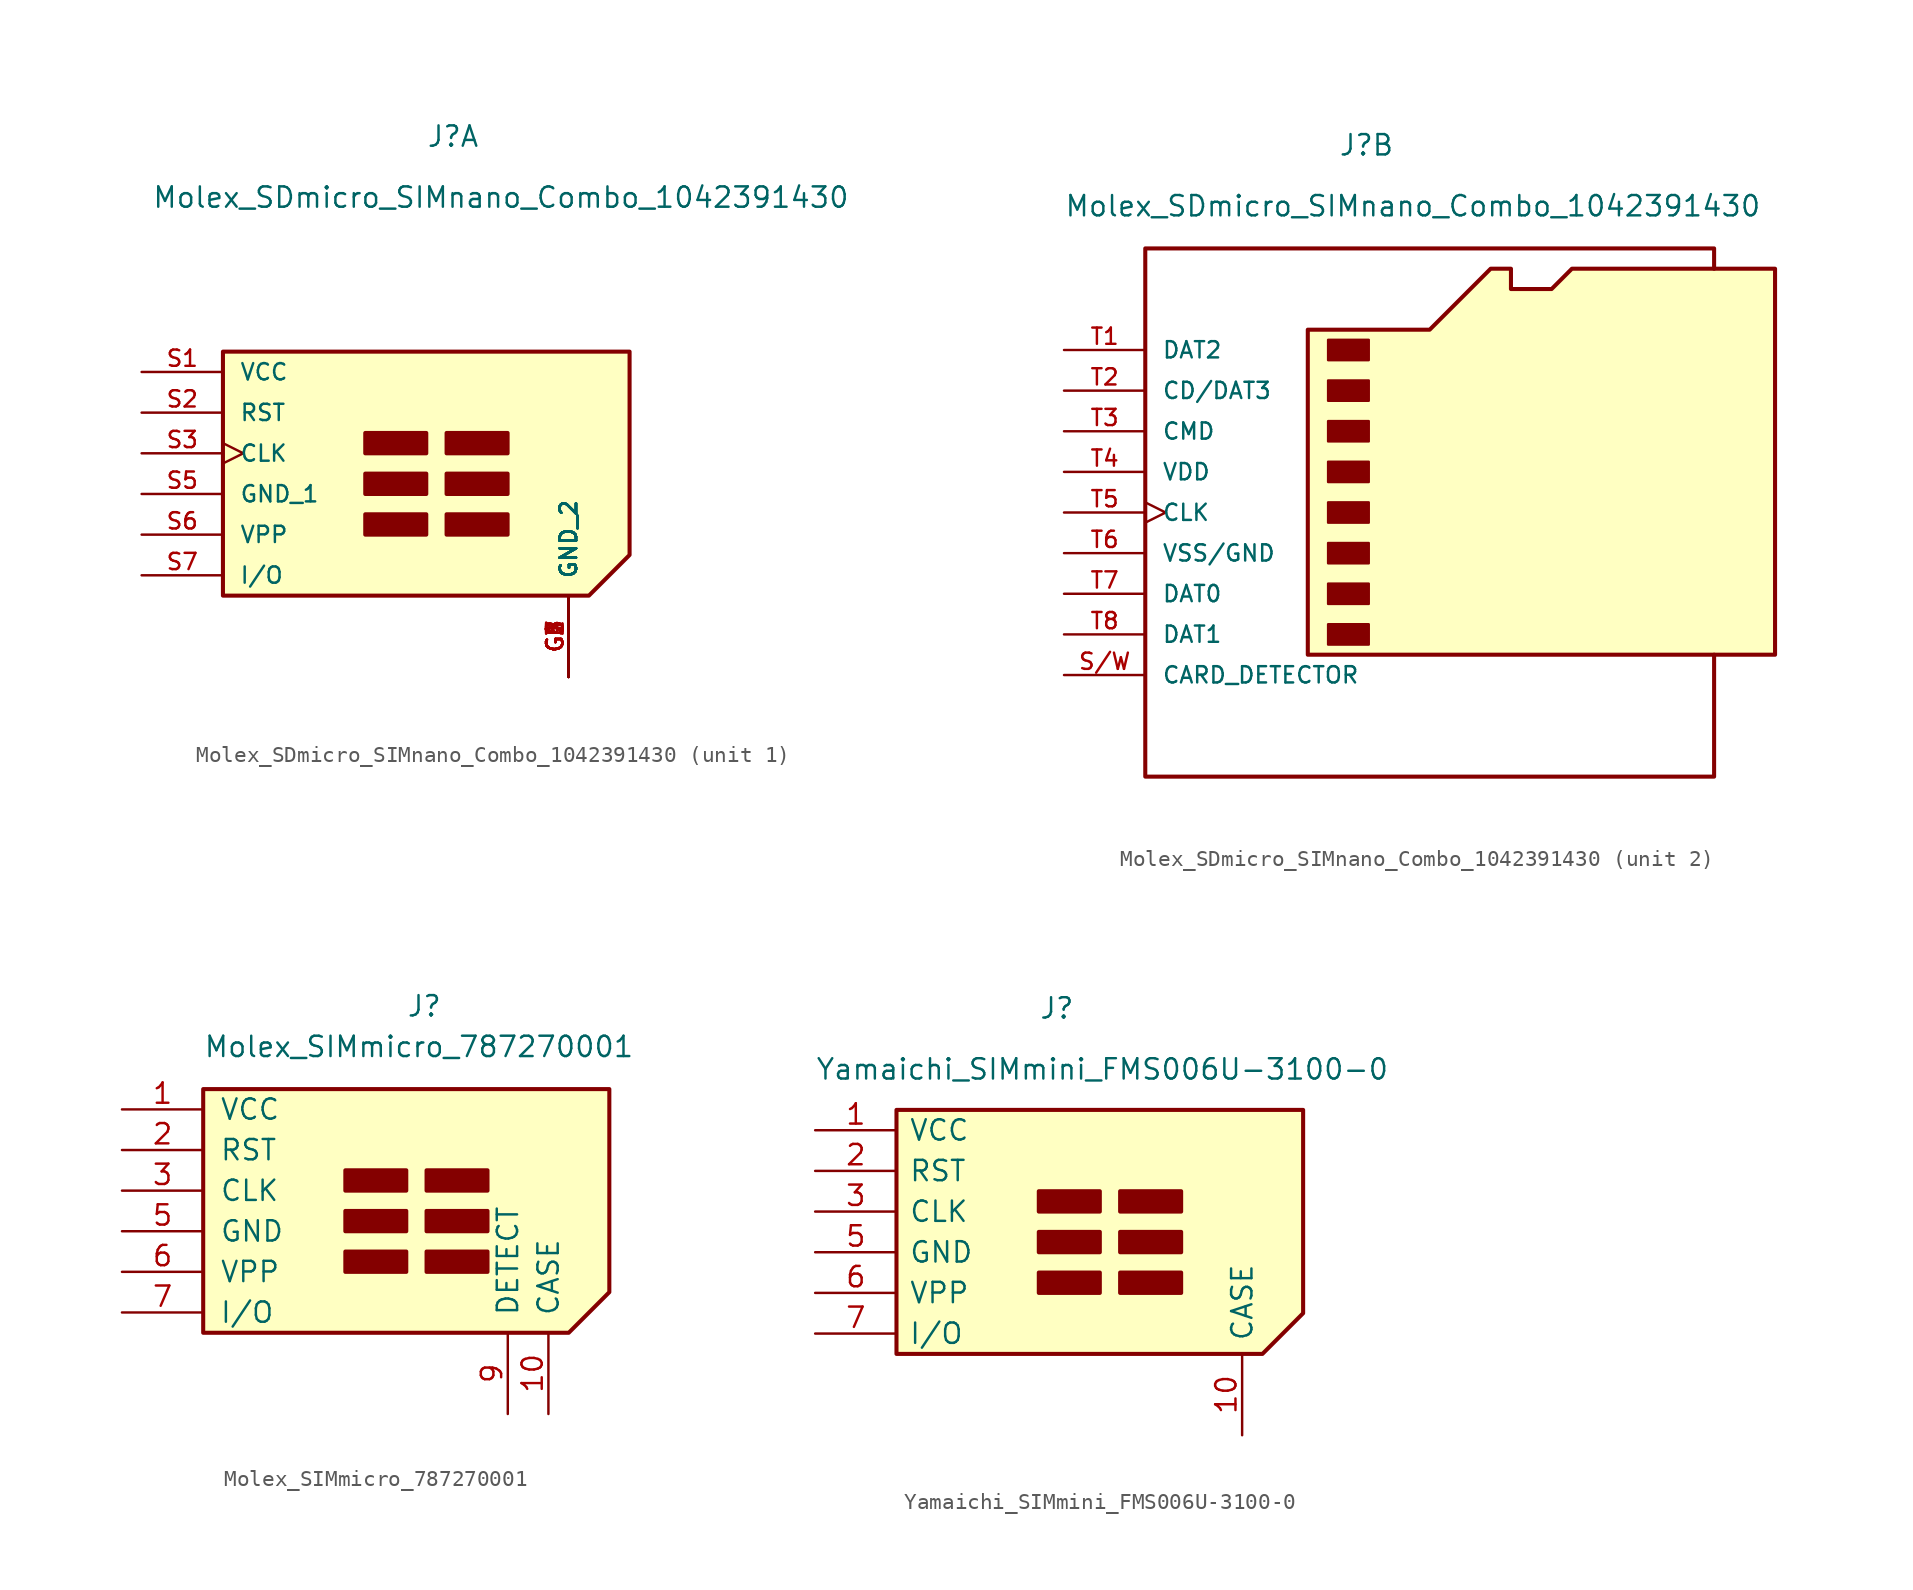
<source format=kicad_sym>
(kicad_symbol_lib
  (version 20211014)
  (generator kicad_symbol_editor)
  (symbol "Molex_SDmicro_SIMnano_Combo_1042391430"
    (pin_names
      (offset 1.016))
    (property "Reference" "J"
      (at -0.635 20.955 0)
      (effects (font (size 1.27 1.27)) (justify left bottom)))
    (property "Value" "Molex_SDmicro_SIMnano_Combo_1042391430"
      (at -17.78 17.145 0)
      (effects (font (size 1.27 1.27)) (justify left bottom)))
    (property "ki_locked" ""
      (at 0 0 0)
      (effects (font (size 1.27 1.27))))
    (symbol "Molex_SDmicro_SIMnano_Combo_1042391430_1_0"
      (pin power_in line (at 8.255 -12.065 90) (length 5.08) (name "GND_2" (effects (font (size 1.016 1.016)))) (number "G1" (effects (font (size 1.016 1.016)))))
      (pin power_in line (at 8.255 -12.065 90) (length 5.08) (name "GND_2" (effects (font (size 1.016 1.016)))) (number "G2" (effects (font (size 1.016 1.016)))))
      (pin power_in line (at 8.255 -12.065 90) (length 5.08) (name "GND_2" (effects (font (size 1.016 1.016)))) (number "G3" (effects (font (size 1.016 1.016)))))
      (pin power_in line (at 8.255 -12.065 90) (length 5.08) (name "GND_2" (effects (font (size 1.016 1.016)))) (number "G4" (effects (font (size 1.016 1.016)))))
      (pin power_in line (at 8.255 -12.065 90) (length 5.08) (name "GND_2" (effects (font (size 1.016 1.016)))) (number "G5" (effects (font (size 1.016 1.016)))))
      (pin power_in line (at 8.255 -12.065 90) (length 5.08) (name "GND_2" (effects (font (size 1.016 1.016)))) (number "G6" (effects (font (size 1.016 1.016)))))
      (pin power_in line (at 8.255 -12.065 90) (length 5.08) (name "GND_2" (effects (font (size 1.016 1.016)))) (number "G7" (effects (font (size 1.016 1.016)))))
      (pin power_in line (at 8.255 -12.065 90) (length 5.08) (name "GND_2" (effects (font (size 1.016 1.016)))) (number "G8" (effects (font (size 1.016 1.016)))))
      (pin power_in line (at -18.415 6.985 0) (length 5.08) (name "VCC" (effects (font (size 1.016 1.016)))) (number "S1" (effects (font (size 1.016 1.016)))))
      (pin input line (at -18.415 4.445 0) (length 5.08) (name "RST" (effects (font (size 1.016 1.016)))) (number "S2" (effects (font (size 1.016 1.016)))))
      (pin input clock (at -18.415 1.905 0) (length 5.08) (name "CLK" (effects (font (size 1.016 1.016)))) (number "S3" (effects (font (size 1.016 1.016)))))
      (pin power_in line (at -18.415 -0.635 0) (length 5.08) (name "GND_1" (effects (font (size 1.016 1.016)))) (number "S5" (effects (font (size 1.016 1.016)))))
      (pin bidirectional line (at -18.415 -3.175 0) (length 5.08) (name "VPP" (effects (font (size 1.016 1.016)))) (number "S6" (effects (font (size 1.016 1.016)))))
      (pin bidirectional line (at -18.415 -5.715 0) (length 5.08) (name "I/O" (effects (font (size 1.016 1.016)))) (number "S7" (effects (font (size 1.016 1.016))))))
    (symbol "Molex_SDmicro_SIMnano_Combo_1042391430_1_1"
      (rectangle (start -4.445 -3.175) (end -0.635 -1.905) (stroke (width 0.254) (type default) (color 0 0 0 0)) (fill (type outline)))
      (rectangle (start -4.445 -0.635) (end -0.635 0.635) (stroke (width 0.254) (type default) (color 0 0 0 0)) (fill (type outline)))
      (rectangle (start -4.445 1.905) (end -0.635 3.175) (stroke (width 0.254) (type default) (color 0 0 0 0)) (fill (type outline)))
      (polyline (pts (xy -13.335 8.255) (xy 12.065 8.255) (xy 12.065 -4.445) (xy 9.525 -6.985) (xy -13.335 -6.985) (xy -13.335 8.255)) (stroke (width 0.254) (type default) (color 0 0 0 0)) (fill (type background)))
      (rectangle (start 0.635 -1.905) (end 4.445 -3.175) (stroke (width 0.254) (type default) (color 0 0 0 0)) (fill (type outline)))
      (rectangle (start 0.635 -0.635) (end 4.445 0.635) (stroke (width 0.254) (type default) (color 0 0 0 0)) (fill (type outline)))
      (rectangle (start 0.635 1.905) (end 4.445 3.175) (stroke (width 0.254) (type default) (color 0 0 0 0)) (fill (type outline))))
    (symbol "Molex_SDmicro_SIMnano_Combo_1042391430_2_0"
      (pin passive line (at -17.78 -11.43 0) (length 5.08) (name "CARD_DETECTOR" (effects (font (size 1.016 1.016)))) (number "S/W" (effects (font (size 1.016 1.016)))))
      (pin bidirectional line (at -17.78 8.89 0) (length 5.08) (name "DAT2" (effects (font (size 1.016 1.016)))) (number "T1" (effects (font (size 1.016 1.016)))))
      (pin bidirectional line (at -17.78 6.35 0) (length 5.08) (name "CD/DAT3" (effects (font (size 1.016 1.016)))) (number "T2" (effects (font (size 1.016 1.016)))))
      (pin bidirectional line (at -17.78 3.81 0) (length 5.08) (name "CMD" (effects (font (size 1.016 1.016)))) (number "T3" (effects (font (size 1.016 1.016)))))
      (pin power_in line (at -17.78 1.27 0) (length 5.08) (name "VDD" (effects (font (size 1.016 1.016)))) (number "T4" (effects (font (size 1.016 1.016)))))
      (pin input clock (at -17.78 -1.27 0) (length 5.08) (name "CLK" (effects (font (size 1.016 1.016)))) (number "T5" (effects (font (size 1.016 1.016)))))
      (pin power_in line (at -17.78 -3.81 0) (length 5.08) (name "VSS/GND" (effects (font (size 1.016 1.016)))) (number "T6" (effects (font (size 1.016 1.016)))))
      (pin bidirectional line (at -17.78 -6.35 0) (length 5.08) (name "DAT0" (effects (font (size 1.016 1.016)))) (number "T7" (effects (font (size 1.016 1.016)))))
      (pin bidirectional line (at -17.78 -8.89 0) (length 5.08) (name "DAT1" (effects (font (size 1.016 1.016)))) (number "T8" (effects (font (size 1.016 1.016))))))
    (symbol "Molex_SDmicro_SIMnano_Combo_1042391430_2_1"
      (rectangle (start -1.27 -8.255) (end 1.27 -9.525) (stroke (width 0) (type default) (color 0 0 0 0)) (fill (type outline)))
      (rectangle (start -1.27 -5.715) (end 1.27 -6.985) (stroke (width 0) (type default) (color 0 0 0 0)) (fill (type outline)))
      (rectangle (start -1.27 -3.175) (end 1.27 -4.445) (stroke (width 0) (type default) (color 0 0 0 0)) (fill (type outline)))
      (rectangle (start -1.27 -0.635) (end 1.27 -1.905) (stroke (width 0) (type default) (color 0 0 0 0)) (fill (type outline)))
      (rectangle (start -1.27 1.905) (end 1.27 0.635) (stroke (width 0) (type default) (color 0 0 0 0)) (fill (type outline)))
      (rectangle (start -1.27 4.445) (end 1.27 3.175) (stroke (width 0) (type default) (color 0 0 0 0)) (fill (type outline)))
      (rectangle (start -1.27 6.985) (end 1.27 5.715) (stroke (width 0) (type default) (color 0 0 0 0)) (fill (type outline)))
      (rectangle (start -1.27 9.525) (end 1.27 8.255) (stroke (width 0) (type default) (color 0 0 0 0)) (fill (type outline)))
      (polyline (pts (xy 22.86 13.97) (xy 22.86 15.24) (xy -12.7 15.24) (xy -12.7 -17.78) (xy 22.86 -17.78) (xy 22.86 -10.16)) (stroke (width 0.254) (type default) (color 0 0 0 0)) (fill (type none)))
      (polyline (pts (xy -2.54 -10.16) (xy -2.54 10.16) (xy 5.08 10.16) (xy 8.89 13.97) (xy 10.16 13.97) (xy 10.16 12.7) (xy 12.7 12.7) (xy 13.97 13.97) (xy 26.67 13.97) (xy 26.67 -10.16) (xy -2.54 -10.16)) (stroke (width 0.254) (type default) (color 0 0 0 0)) (fill (type background)))))
  (symbol "Molex_SIMmicro_787270001"
    (pin_names
      (offset 1.016))
    (property "Reference" "J"
      (at -0.635 12.7 0)
      (effects (font (size 1.27 1.27)) (justify left bottom)))
    (property "Value" "Molex_SIMmicro_787270001"
      (at -13.335 10.16 0)
      (effects (font (size 1.27 1.27)) (justify left bottom)))
    (symbol "Molex_SIMmicro_787270001_1_1"
      (rectangle (start -4.445 -3.175) (end -0.635 -1.905) (stroke (width 0.254) (type default) (color 0 0 0 0)) (fill (type outline)))
      (rectangle (start -4.445 -0.635) (end -0.635 0.635) (stroke (width 0.254) (type default) (color 0 0 0 0)) (fill (type outline)))
      (rectangle (start -4.445 1.905) (end -0.635 3.175) (stroke (width 0.254) (type default) (color 0 0 0 0)) (fill (type outline)))
      (polyline (pts (xy -13.335 8.255) (xy 12.065 8.255) (xy 12.065 -4.445) (xy 9.525 -6.985) (xy -13.335 -6.985) (xy -13.335 8.255)) (stroke (width 0.254) (type default) (color 0 0 0 0)) (fill (type background)))
      (rectangle (start 0.635 -1.905) (end 4.445 -3.175) (stroke (width 0.254) (type default) (color 0 0 0 0)) (fill (type outline)))
      (rectangle (start 0.635 -0.635) (end 4.445 0.635) (stroke (width 0.254) (type default) (color 0 0 0 0)) (fill (type outline)))
      (rectangle (start 0.635 1.905) (end 4.445 3.175) (stroke (width 0.254) (type default) (color 0 0 0 0)) (fill (type outline)))
      (pin power_in line (at -18.415 6.985 0) (length 5.08) (name "VCC" (effects (font (size 1.27 1.27)))) (number "1" (effects (font (size 1.27 1.27)))))
      (pin input line (at 8.255 -12.065 90) (length 5.08) (name "CASE" (effects (font (size 1.27 1.27)))) (number "10" (effects (font (size 1.27 1.27)))))
      (pin input line (at -18.415 4.445 0) (length 5.08) (name "RST" (effects (font (size 1.27 1.27)))) (number "2" (effects (font (size 1.27 1.27)))))
      (pin input line (at -18.415 1.905 0) (length 5.08) (name "CLK" (effects (font (size 1.27 1.27)))) (number "3" (effects (font (size 1.27 1.27)))))
      (pin power_in line (at -18.415 -0.635 0) (length 5.08) (name "GND" (effects (font (size 1.27 1.27)))) (number "5" (effects (font (size 1.27 1.27)))))
      (pin input line (at -18.415 -3.175 0) (length 5.08) (name "VPP" (effects (font (size 1.27 1.27)))) (number "6" (effects (font (size 1.27 1.27)))))
      (pin bidirectional line (at -18.415 -5.715 0) (length 5.08) (name "I/O" (effects (font (size 1.27 1.27)))) (number "7" (effects (font (size 1.27 1.27)))))
      (pin input line (at 5.715 -12.065 90) (length 5.08) (name "DETECT" (effects (font (size 1.27 1.27)))) (number "9" (effects (font (size 1.27 1.27)))))))
  (symbol "Yamaichi_SIMmini_FMS006U-3100-0"
    (pin_names
      (offset 0.762))
    (property "Reference" "J"
      (at -4.445 14.605 0)
      (effects (font (size 1.27 1.27)) (justify left)))
    (property "Value" "Yamaichi_SIMmini_FMS006U-3100-0"
      (at -18.415 10.795 0)
      (effects (font (size 1.27 1.27)) (justify left)))
    (symbol "Yamaichi_SIMmini_FMS006U-3100-0_1_1"
      (rectangle (start -4.445 -3.175) (end -0.635 -1.905) (stroke (width 0.254) (type default) (color 0 0 0 0)) (fill (type outline)))
      (rectangle (start -4.445 -0.635) (end -0.635 0.635) (stroke (width 0.254) (type default) (color 0 0 0 0)) (fill (type outline)))
      (rectangle (start -4.445 1.905) (end -0.635 3.175) (stroke (width 0.254) (type default) (color 0 0 0 0)) (fill (type outline)))
      (polyline (pts (xy -13.335 8.255) (xy 12.065 8.255) (xy 12.065 -4.445) (xy 9.525 -6.985) (xy -13.335 -6.985) (xy -13.335 8.255)) (stroke (width 0.254) (type default) (color 0 0 0 0)) (fill (type background)))
      (rectangle (start 0.635 -1.905) (end 4.445 -3.175) (stroke (width 0.254) (type default) (color 0 0 0 0)) (fill (type outline)))
      (rectangle (start 0.635 -0.635) (end 4.445 0.635) (stroke (width 0.254) (type default) (color 0 0 0 0)) (fill (type outline)))
      (rectangle (start 0.635 1.905) (end 4.445 3.175) (stroke (width 0.254) (type default) (color 0 0 0 0)) (fill (type outline)))
      (pin power_in line (at -18.415 6.985 0) (length 5.08) (name "VCC" (effects (font (size 1.27 1.27)))) (number "1" (effects (font (size 1.27 1.27)))))
      (pin input line (at 8.255 -12.065 90) (length 5.08) (name "CASE" (effects (font (size 1.27 1.27)))) (number "10" (effects (font (size 1.27 1.27)))))
      (pin input line (at -18.415 4.445 0) (length 5.08) (name "RST" (effects (font (size 1.27 1.27)))) (number "2" (effects (font (size 1.27 1.27)))))
      (pin input line (at -18.415 1.905 0) (length 5.08) (name "CLK" (effects (font (size 1.27 1.27)))) (number "3" (effects (font (size 1.27 1.27)))))
      (pin power_in line (at -18.415 -0.635 0) (length 5.08) (name "GND" (effects (font (size 1.27 1.27)))) (number "5" (effects (font (size 1.27 1.27)))))
      (pin input line (at -18.415 -3.175 0) (length 5.08) (name "VPP" (effects (font (size 1.27 1.27)))) (number "6" (effects (font (size 1.27 1.27)))))
      (pin bidirectional line (at -18.415 -5.715 0) (length 5.08) (name "I/O" (effects (font (size 1.27 1.27)))) (number "7" (effects (font (size 1.27 1.27))))))))
</source>
